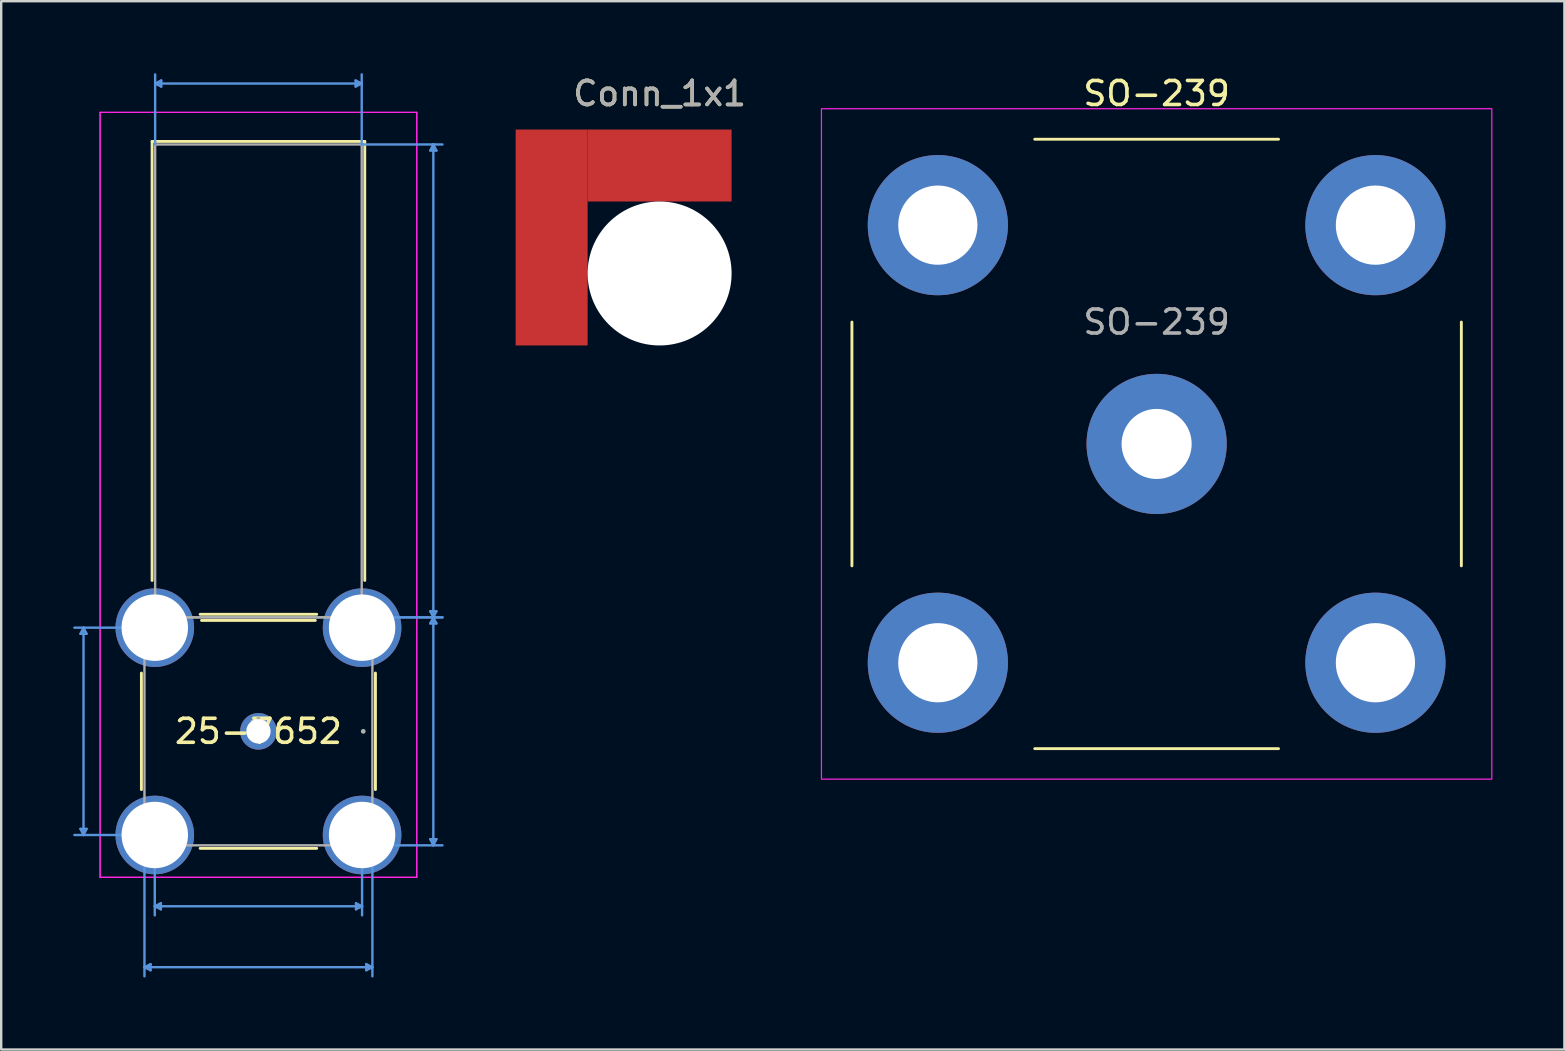
<source format=kicad_pcb>
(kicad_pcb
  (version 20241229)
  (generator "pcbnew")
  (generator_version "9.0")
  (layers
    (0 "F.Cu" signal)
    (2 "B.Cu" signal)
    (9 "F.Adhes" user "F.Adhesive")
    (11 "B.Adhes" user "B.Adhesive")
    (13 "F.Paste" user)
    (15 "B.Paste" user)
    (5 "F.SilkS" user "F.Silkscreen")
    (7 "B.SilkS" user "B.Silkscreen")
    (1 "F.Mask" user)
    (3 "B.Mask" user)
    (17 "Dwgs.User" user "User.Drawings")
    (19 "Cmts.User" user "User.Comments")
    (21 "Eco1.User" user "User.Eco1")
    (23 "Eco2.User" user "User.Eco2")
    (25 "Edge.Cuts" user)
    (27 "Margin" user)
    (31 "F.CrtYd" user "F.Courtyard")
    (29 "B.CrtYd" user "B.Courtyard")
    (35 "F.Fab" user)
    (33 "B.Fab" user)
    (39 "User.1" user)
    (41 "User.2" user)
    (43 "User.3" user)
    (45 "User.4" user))
  (footprint "SO-239"
    (layer "F.Cu")
    (at 45.157 15.453)
    (property "Reference" "SO-239" (at 0 -14.605 0) (layer "F.SilkS") (effects (font (size 1 1) (thickness 0.15))))
    (attr through_hole)
    (fp_line (start -12.7 -5.08) (end -12.7 5.08) (stroke (width 0.12) (type solid)) (layer "F.SilkS"))
    (fp_line (start 5.08 -12.7) (end -5.08 -12.7) (stroke (width 0.12) (type solid)) (layer "F.SilkS"))
    (fp_line (start 5.08 12.7) (end -5.08 12.7) (stroke (width 0.12) (type solid)) (layer "F.SilkS"))
    (fp_line (start 12.7 -5.08) (end 12.7 5.08) (stroke (width 0.12) (type solid)) (layer "F.SilkS"))
    (fp_rect (start -13.97 -13.97) (end 13.97 13.97) (stroke (width 0.05) (type solid)) (fill no) (layer "F.CrtYd"))
    (fp_text user "${REFERENCE}" (at 0 -5.08 0) (layer "F.Fab") (effects (font (size 1 1) (thickness 0.15))))
    (pad "1" thru_hole circle (at 0 0) (size 5.842 5.842) (drill 2.921) (layers "*.Cu" "*.Mask"))
    (pad "2" thru_hole circle (at -9.119 -9.119) (size 5.842 5.842) (drill 3.302) (layers "*.Cu" "*.Mask"))
    (pad "2" thru_hole circle (at -9.119 9.119) (size 5.842 5.842) (drill 3.302) (layers "*.Cu" "*.Mask"))
    (pad "2" thru_hole circle (at 9.119 -9.119) (size 5.842 5.842) (drill 3.302) (layers "*.Cu" "*.Mask"))
    (pad "2" thru_hole circle (at 9.119 9.119) (size 5.842 5.842) (drill 3.302) (layers "*.Cu" "*.Mask")))
  (footprint "25-7652"
    (layer "F.Cu")
    (at 7.721 27.431)
    (property "Reference" "25-7652" (at 0 0 0) (layer "F.SilkS") (effects (font (size 1 1) (thickness 0.15))))
    (attr through_hole)
    (fp_line (start -4.877 -2.429) (end -4.877 2.429) (stroke (width 0.12) (type solid)) (layer "F.SilkS"))
    (fp_line (start -4.432 -24.587) (end -4.432 -6.288) (stroke (width 0.12) (type solid)) (layer "F.SilkS"))
    (fp_line (start -2.429 4.877) (end 2.429 4.877) (stroke (width 0.12) (type solid)) (layer "F.SilkS"))
    (fp_line (start -2.372 -4.623) (end 2.372 -4.623) (stroke (width 0.12) (type solid)) (layer "F.SilkS"))
    (fp_line (start 2.429 -4.877) (end -2.429 -4.877) (stroke (width 0.12) (type solid)) (layer "F.SilkS"))
    (fp_line (start 4.432 -24.587) (end -4.432 -24.587) (stroke (width 0.12) (type solid)) (layer "F.SilkS"))
    (fp_line (start 4.432 -6.288) (end 4.432 -24.587) (stroke (width 0.12) (type solid)) (layer "F.SilkS"))
    (fp_line (start 4.877 2.429) (end 4.877 -2.429) (stroke (width 0.12) (type solid)) (layer "F.SilkS"))
    (fp_line (start -7.417 -4.066) (end -7.163 -4.066) (stroke (width 0.1) (type solid)) (layer "Cmts.User"))
    (fp_line (start -7.417 4.066) (end -7.163 4.066) (stroke (width 0.1) (type solid)) (layer "Cmts.User"))
    (fp_line (start -7.29 -4.32) (end -7.417 -4.066) (stroke (width 0.1) (type solid)) (layer "Cmts.User"))
    (fp_line (start -7.29 -4.32) (end -7.29 4.32) (stroke (width 0.1) (type solid)) (layer "Cmts.User"))
    (fp_line (start -7.29 -4.32) (end -7.163 -4.066) (stroke (width 0.1) (type solid)) (layer "Cmts.User"))
    (fp_line (start -7.29 4.32) (end -7.417 4.066) (stroke (width 0.1) (type solid)) (layer "Cmts.User"))
    (fp_line (start -7.29 4.32) (end -7.163 4.066) (stroke (width 0.1) (type solid)) (layer "Cmts.User"))
    (fp_line (start -4.75 4.75) (end -4.75 10.211) (stroke (width 0.1) (type solid)) (layer "Cmts.User"))
    (fp_line (start -4.75 9.83) (end -4.496 9.703) (stroke (width 0.1) (type solid)) (layer "Cmts.User"))
    (fp_line (start -4.75 9.83) (end -4.496 9.957) (stroke (width 0.1) (type solid)) (layer "Cmts.User"))
    (fp_line (start -4.75 9.83) (end 4.75 9.83) (stroke (width 0.1) (type solid)) (layer "Cmts.User"))
    (fp_line (start -4.496 9.703) (end -4.496 9.957) (stroke (width 0.1) (type solid)) (layer "Cmts.User"))
    (fp_line (start -4.32 -4.32) (end -7.671 -4.32) (stroke (width 0.1) (type solid)) (layer "Cmts.User"))
    (fp_line (start -4.32 4.32) (end -7.671 4.32) (stroke (width 0.1) (type solid)) (layer "Cmts.User"))
    (fp_line (start -4.32 4.32) (end -4.32 7.671) (stroke (width 0.1) (type solid)) (layer "Cmts.User"))
    (fp_line (start -4.32 7.29) (end -4.066 7.163) (stroke (width 0.1) (type solid)) (layer "Cmts.User"))
    (fp_line (start -4.32 7.29) (end -4.066 7.417) (stroke (width 0.1) (type solid)) (layer "Cmts.User"))
    (fp_line (start -4.32 7.29) (end 4.32 7.29) (stroke (width 0.1) (type solid)) (layer "Cmts.User"))
    (fp_line (start -4.305 -27) (end -4.051 -27.127) (stroke (width 0.1) (type solid)) (layer "Cmts.User"))
    (fp_line (start -4.305 -27) (end -4.051 -26.873) (stroke (width 0.1) (type solid)) (layer "Cmts.User"))
    (fp_line (start -4.305 -27) (end 4.305 -27) (stroke (width 0.1) (type solid)) (layer "Cmts.User"))
    (fp_line (start -4.305 -24.46) (end -4.305 -27.381) (stroke (width 0.1) (type solid)) (layer "Cmts.User"))
    (fp_line (start -4.066 7.163) (end -4.066 7.417) (stroke (width 0.1) (type solid)) (layer "Cmts.User"))
    (fp_line (start -4.051 -27.127) (end -4.051 -26.873) (stroke (width 0.1) (type solid)) (layer "Cmts.User"))
    (fp_line (start 4.051 -27.127) (end 4.051 -26.873) (stroke (width 0.1) (type solid)) (layer "Cmts.User"))
    (fp_line (start 4.066 7.163) (end 4.066 7.417) (stroke (width 0.1) (type solid)) (layer "Cmts.User"))
    (fp_line (start 4.305 -27) (end 4.051 -27.127) (stroke (width 0.1) (type solid)) (layer "Cmts.User"))
    (fp_line (start 4.305 -27) (end 4.051 -26.873) (stroke (width 0.1) (type solid)) (layer "Cmts.User"))
    (fp_line (start 4.305 -24.46) (end 4.305 -27.381) (stroke (width 0.1) (type solid)) (layer "Cmts.User"))
    (fp_line (start 4.305 -24.46) (end 7.671 -24.46) (stroke (width 0.1) (type solid)) (layer "Cmts.User"))
    (fp_line (start 4.305 -4.75) (end 7.671 -4.75) (stroke (width 0.1) (type solid)) (layer "Cmts.User"))
    (fp_line (start 4.32 4.32) (end 4.32 7.671) (stroke (width 0.1) (type solid)) (layer "Cmts.User"))
    (fp_line (start 4.32 7.29) (end 4.066 7.163) (stroke (width 0.1) (type solid)) (layer "Cmts.User"))
    (fp_line (start 4.32 7.29) (end 4.066 7.417) (stroke (width 0.1) (type solid)) (layer "Cmts.User"))
    (fp_line (start 4.496 9.703) (end 4.496 9.957) (stroke (width 0.1) (type solid)) (layer "Cmts.User"))
    (fp_line (start 4.75 -4.75) (end 7.671 -4.75) (stroke (width 0.1) (type solid)) (layer "Cmts.User"))
    (fp_line (start 4.75 4.75) (end 4.75 10.211) (stroke (width 0.1) (type solid)) (layer "Cmts.User"))
    (fp_line (start 4.75 4.75) (end 7.671 4.75) (stroke (width 0.1) (type solid)) (layer "Cmts.User"))
    (fp_line (start 4.75 9.83) (end 4.496 9.703) (stroke (width 0.1) (type solid)) (layer "Cmts.User"))
    (fp_line (start 4.75 9.83) (end 4.496 9.957) (stroke (width 0.1) (type solid)) (layer "Cmts.User"))
    (fp_line (start 7.163 -24.206) (end 7.417 -24.206) (stroke (width 0.1) (type solid)) (layer "Cmts.User"))
    (fp_line (start 7.163 -5.004) (end 7.417 -5.004) (stroke (width 0.1) (type solid)) (layer "Cmts.User"))
    (fp_line (start 7.163 -4.496) (end 7.417 -4.496) (stroke (width 0.1) (type solid)) (layer "Cmts.User"))
    (fp_line (start 7.163 4.496) (end 7.417 4.496) (stroke (width 0.1) (type solid)) (layer "Cmts.User"))
    (fp_line (start 7.29 -24.46) (end 7.163 -24.206) (stroke (width 0.1) (type solid)) (layer "Cmts.User"))
    (fp_line (start 7.29 -24.46) (end 7.29 -4.75) (stroke (width 0.1) (type solid)) (layer "Cmts.User"))
    (fp_line (start 7.29 -24.46) (end 7.417 -24.206) (stroke (width 0.1) (type solid)) (layer "Cmts.User"))
    (fp_line (start 7.29 -4.75) (end 7.163 -5.004) (stroke (width 0.1) (type solid)) (layer "Cmts.User"))
    (fp_line (start 7.29 -4.75) (end 7.163 -4.496) (stroke (width 0.1) (type solid)) (layer "Cmts.User"))
    (fp_line (start 7.29 -4.75) (end 7.29 4.75) (stroke (width 0.1) (type solid)) (layer "Cmts.User"))
    (fp_line (start 7.29 -4.75) (end 7.417 -5.004) (stroke (width 0.1) (type solid)) (layer "Cmts.User"))
    (fp_line (start 7.29 -4.75) (end 7.417 -4.496) (stroke (width 0.1) (type solid)) (layer "Cmts.User"))
    (fp_line (start 7.29 4.75) (end 7.163 4.496) (stroke (width 0.1) (type solid)) (layer "Cmts.User"))
    (fp_line (start 7.29 4.75) (end 7.417 4.496) (stroke (width 0.1) (type solid)) (layer "Cmts.User"))
    (fp_line (start -6.599 -25.796) (end 6.599 -25.796) (stroke (width 0.05) (type solid)) (layer "F.CrtYd"))
    (fp_line (start -6.599 -25.796) (end 6.599 -25.796) (stroke (width 0.05) (type solid)) (layer "F.CrtYd"))
    (fp_line (start -6.599 6.085) (end -6.599 -25.796) (stroke (width 0.05) (type solid)) (layer "F.CrtYd"))
    (fp_line (start -6.599 6.085) (end -6.599 -25.796) (stroke (width 0.05) (type solid)) (layer "F.CrtYd"))
    (fp_line (start 6.599 -25.796) (end 6.599 6.085) (stroke (width 0.05) (type solid)) (layer "F.CrtYd"))
    (fp_line (start 6.599 -25.796) (end 6.599 6.085) (stroke (width 0.05) (type solid)) (layer "F.CrtYd"))
    (fp_line (start 6.599 6.085) (end -6.599 6.085) (stroke (width 0.05) (type solid)) (layer "F.CrtYd"))
    (fp_line (start 6.599 6.085) (end -6.599 6.085) (stroke (width 0.05) (type solid)) (layer "F.CrtYd"))
    (fp_line (start -4.75 -4.75) (end -4.75 4.75) (stroke (width 0.1) (type solid)) (layer "F.Fab"))
    (fp_line (start -4.75 4.75) (end 4.75 4.75) (stroke (width 0.1) (type solid)) (layer "F.Fab"))
    (fp_line (start -4.305 -24.46) (end -4.305 -4.75) (stroke (width 0.1) (type solid)) (layer "F.Fab"))
    (fp_line (start -4.305 -4.75) (end 4.305 -4.75) (stroke (width 0.1) (type solid)) (layer "F.Fab"))
    (fp_line (start 4.305 -24.46) (end -4.305 -24.46) (stroke (width 0.1) (type solid)) (layer "F.Fab"))
    (fp_line (start 4.305 -4.75) (end 4.305 -24.46) (stroke (width 0.1) (type solid)) (layer "F.Fab"))
    (fp_line (start 4.75 -4.75) (end -4.75 -4.75) (stroke (width 0.1) (type solid)) (layer "F.Fab"))
    (fp_line (start 4.75 4.75) (end 4.75 -4.75) (stroke (width 0.1) (type solid)) (layer "F.Fab"))
    (fp_circle (center 4.369 0) (end 4.369 0) (stroke (width 0.1) (type solid)) (fill no) (layer "F.Fab"))
    (fp_text user "*" (at 0 0 0) (layer "F.SilkS") (effects (font (size 1 1) (thickness 0.15))))
    (fp_text user "Copyright 2021 Accelerated Designs. All rights reserved." (at 0 0 0) (layer "Cmts.User") (effects (font (size 0.127 0.127) (thickness 0.002))))
    (fp_text user "*" (at 0 0 0) (layer "F.Fab") (effects (font (size 1 1) (thickness 0.15))))
    (pad "1" thru_hole circle (at 0 0) (size 1.524 1.524) (drill 1.016) (layers "*.Cu" "*.Mask"))
    (pad "2" thru_hole circle (at -4.32 -4.32) (size 3.277 3.277) (drill 2.769) (layers "*.Cu" "*.Mask"))
    (pad "3" thru_hole circle (at -4.32 4.32) (size 3.277 3.277) (drill 2.769) (layers "*.Cu" "*.Mask"))
    (pad "4" thru_hole circle (at 4.32 4.32) (size 3.277 3.277) (drill 2.769) (layers "*.Cu" "*.Mask"))
    (pad "5" thru_hole circle (at 4.32 -4.32) (size 3.277 3.277) (drill 2.769) (layers "*.Cu" "*.Mask")))
  (footprint "Conn_1x1"
    (layer "F.Cu")
    (at 24.442 8.348)
    (property "Reference" "Conn_1x1" (at 0 -7.5 0) (unlocked yes) (layer "F.SilkS") (effects (font (size 1 1) (thickness 0.15))))
    (attr smd)
    (fp_text user "${REFERENCE}" (at 0 -7.5 0) (unlocked yes) (layer "F.Fab") (effects (font (size 1 1) (thickness 0.15))))
    (pad "" np_thru_hole circle (at 0 0) (size 6 6) (drill 6) (layers "*.Cu" "*.Mask"))
    (pad "1" smd rect (at -4.5 -1.5) (size 3 9) (layers "F.Cu" "F.Mask" "F.Paste"))
    (pad "1" smd rect (at 0 -4.5) (size 6 3) (layers "F.Cu" "F.Mask" "F.Paste")))
  (gr_rect
    (start -3 -3)
    (end 62.152 40.692)
    (stroke (width 0.1) (type default))
    (fill no)
    (layer "Edge.Cuts")))
</source>
